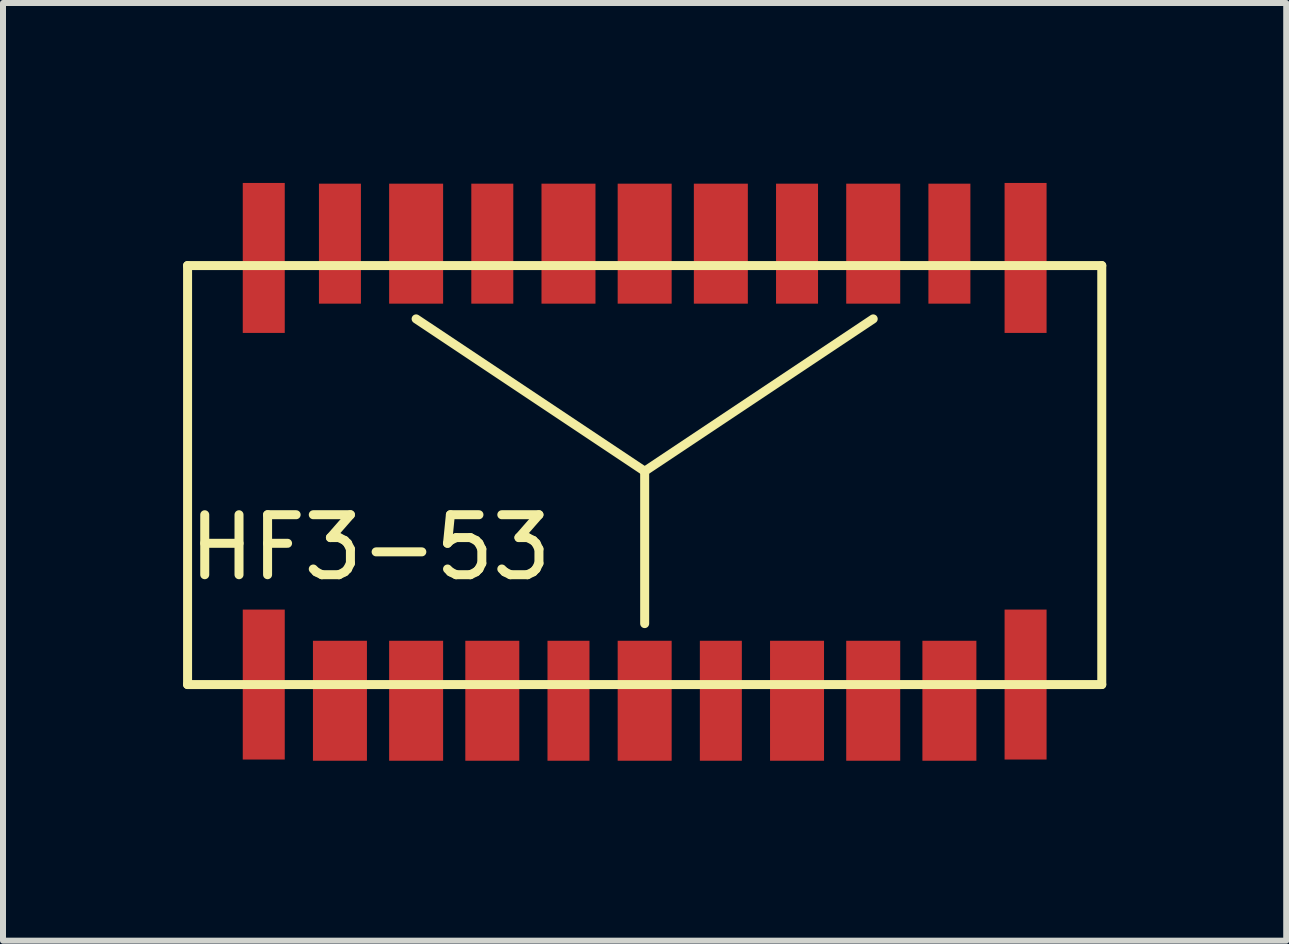
<source format=kicad_pcb>
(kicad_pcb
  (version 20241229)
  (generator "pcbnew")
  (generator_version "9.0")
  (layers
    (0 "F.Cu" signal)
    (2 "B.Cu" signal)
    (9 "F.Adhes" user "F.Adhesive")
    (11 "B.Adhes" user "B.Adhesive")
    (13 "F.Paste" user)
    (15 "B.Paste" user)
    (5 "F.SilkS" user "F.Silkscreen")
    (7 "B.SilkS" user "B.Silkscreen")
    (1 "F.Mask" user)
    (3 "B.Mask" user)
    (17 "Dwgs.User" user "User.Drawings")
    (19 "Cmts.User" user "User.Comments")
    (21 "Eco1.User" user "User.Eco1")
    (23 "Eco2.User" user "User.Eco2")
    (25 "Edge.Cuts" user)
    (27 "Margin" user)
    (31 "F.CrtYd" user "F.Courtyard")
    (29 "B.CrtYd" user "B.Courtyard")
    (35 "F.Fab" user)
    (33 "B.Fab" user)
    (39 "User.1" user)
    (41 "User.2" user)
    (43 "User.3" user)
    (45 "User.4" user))
  (footprint "HF3-53"
    (layer "F.Cu")
    (at 7.697 4.806)
    (property "Reference" "HF3-53" (at -4.572 1.27 0) (layer "F.SilkS") (effects (font (size 1 1) (thickness 0.15))))
    (attr through_hole)
    (fp_line (start -7.62 -3.429) (end 7.62 -3.429) (stroke (width 0.15) (type solid)) (layer "F.SilkS"))
    (fp_line (start -7.62 3.556) (end -7.62 -3.429) (stroke (width 0.15) (type solid)) (layer "F.SilkS"))
    (fp_line (start 0 0) (end -3.81 -2.54) (stroke (width 0.15) (type solid)) (layer "F.SilkS"))
    (fp_line (start 0 0) (end 3.81 -2.54) (stroke (width 0.15) (type solid)) (layer "F.SilkS"))
    (fp_line (start 0 2.54) (end 0 0) (stroke (width 0.15) (type solid)) (layer "F.SilkS"))
    (fp_line (start 7.62 -3.429) (end 7.62 3.556) (stroke (width 0.15) (type solid)) (layer "F.SilkS"))
    (fp_line (start 7.62 3.556) (end -7.62 3.556) (stroke (width 0.15) (type solid)) (layer "F.SilkS"))
    (pad "1" smd rect (at -6.35 3.556 90) (size 2.5 0.7) (layers "F.Cu" "F.Mask" "F.Paste"))
    (pad "2" smd rect (at -5.08 4.826 90) (size 2 0.9) (drill (offset 1 0)) (layers "F.Cu" "F.Mask" "F.Paste"))
    (pad "3" smd rect (at -3.81 4.826 90) (size 2 0.9) (drill (offset 1 0)) (layers "F.Cu" "F.Mask" "F.Paste"))
    (pad "4" smd rect (at -2.54 4.826 90) (size 2 0.9) (drill (offset 1 0)) (layers "F.Cu" "F.Mask" "F.Paste"))
    (pad "5" smd rect (at -1.27 4.826 90) (size 2 0.7) (drill (offset 1 0)) (layers "F.Cu" "F.Mask" "F.Paste"))
    (pad "6" smd rect (at 0 4.826 90) (size 2 0.9) (drill (offset 1 0)) (layers "F.Cu" "F.Mask" "F.Paste"))
    (pad "7" smd rect (at 1.27 4.826 90) (size 2 0.7) (drill (offset 1 0)) (layers "F.Cu" "F.Mask" "F.Paste"))
    (pad "8" smd rect (at 2.54 4.826 90) (size 2 0.9) (drill (offset 1 0)) (layers "F.Cu" "F.Mask" "F.Paste"))
    (pad "9" smd rect (at 3.81 4.826 90) (size 2 0.9) (drill (offset 1 0)) (layers "F.Cu" "F.Mask" "F.Paste"))
    (pad "10" smd rect (at 5.08 4.826 90) (size 2 0.9) (drill (offset 1 0)) (layers "F.Cu" "F.Mask" "F.Paste"))
    (pad "11" smd rect (at 6.35 3.556 90) (size 2.5 0.7) (layers "F.Cu" "F.Mask" "F.Paste"))
    (pad "12" smd rect (at 6.35 -3.556 270) (size 2.5 0.7) (layers "F.Cu" "F.Mask" "F.Paste"))
    (pad "13" smd rect (at 5.08 -2.794 90) (size 2 0.7) (drill (offset 1 0)) (layers "F.Cu" "F.Mask" "F.Paste"))
    (pad "14" smd rect (at 3.81 -2.794 90) (size 2 0.9) (drill (offset 1 0)) (layers "F.Cu" "F.Mask" "F.Paste"))
    (pad "15" smd rect (at 2.54 -2.794 90) (size 2 0.7) (drill (offset 1 0)) (layers "F.Cu" "F.Mask" "F.Paste"))
    (pad "16" smd rect (at 1.27 -2.794 90) (size 2 0.9) (drill (offset 1 0)) (layers "F.Cu" "F.Mask" "F.Paste"))
    (pad "17" smd rect (at 0 -2.794 90) (size 2 0.9) (drill (offset 1 0)) (layers "F.Cu" "F.Mask" "F.Paste"))
    (pad "18" smd rect (at -1.27 -2.794 90) (size 2 0.9) (drill (offset 1 0)) (layers "F.Cu" "F.Mask" "F.Paste"))
    (pad "19" smd rect (at -2.54 -2.794 90) (size 2 0.7) (drill (offset 1 0)) (layers "F.Cu" "F.Mask" "F.Paste"))
    (pad "20" smd rect (at -3.81 -2.794 90) (size 2 0.9) (drill (offset 1 0)) (layers "F.Cu" "F.Mask" "F.Paste"))
    (pad "21" smd rect (at -5.08 -2.794 90) (size 2 0.7) (drill (offset 1 0)) (layers "F.Cu" "F.Mask" "F.Paste"))
    (pad "22" smd rect (at -6.35 -3.556 90) (size 2.5 0.7) (layers "F.Cu" "F.Mask" "F.Paste")))
  (gr_rect
    (start -3 -3)
    (end 18.392 12.632)
    (stroke (width 0.1) (type default))
    (fill no)
    (layer "Edge.Cuts")))
</source>
